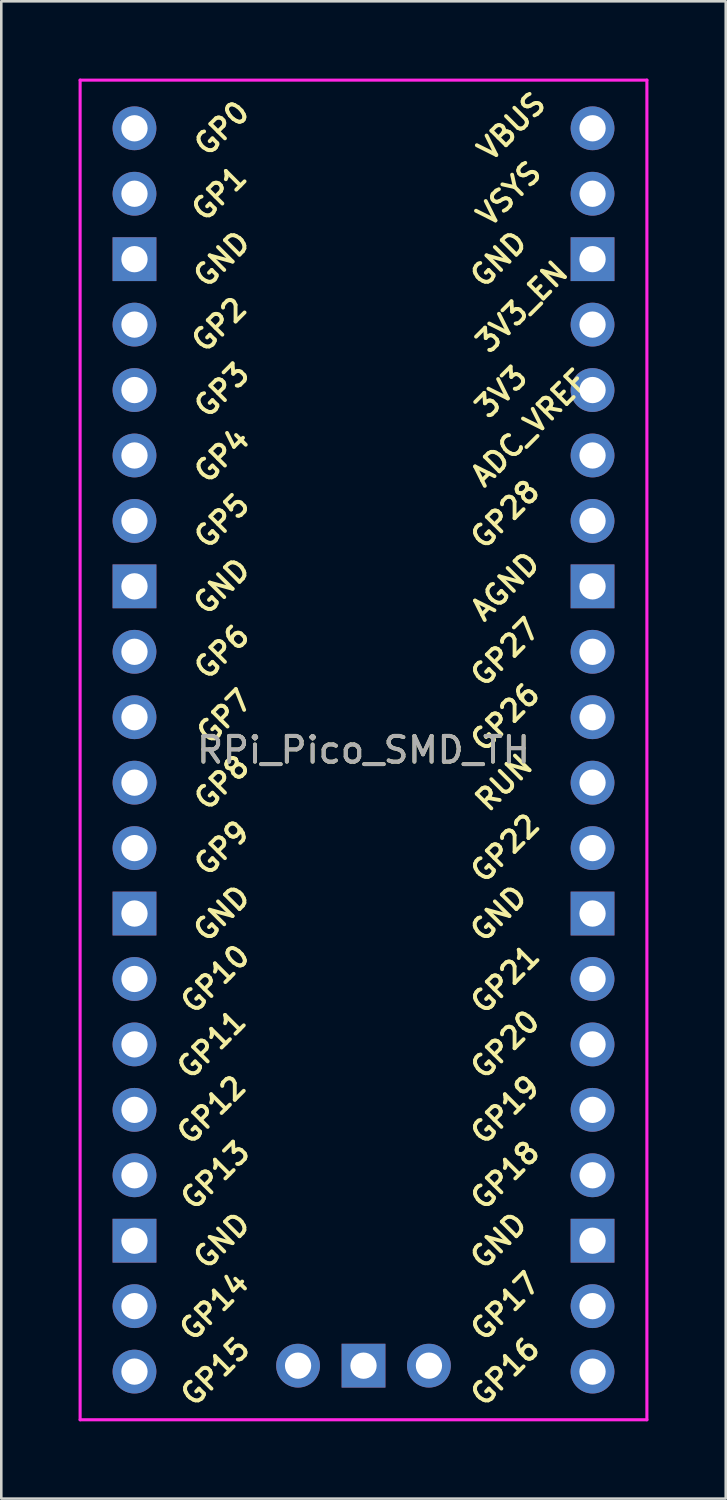
<source format=kicad_pcb>
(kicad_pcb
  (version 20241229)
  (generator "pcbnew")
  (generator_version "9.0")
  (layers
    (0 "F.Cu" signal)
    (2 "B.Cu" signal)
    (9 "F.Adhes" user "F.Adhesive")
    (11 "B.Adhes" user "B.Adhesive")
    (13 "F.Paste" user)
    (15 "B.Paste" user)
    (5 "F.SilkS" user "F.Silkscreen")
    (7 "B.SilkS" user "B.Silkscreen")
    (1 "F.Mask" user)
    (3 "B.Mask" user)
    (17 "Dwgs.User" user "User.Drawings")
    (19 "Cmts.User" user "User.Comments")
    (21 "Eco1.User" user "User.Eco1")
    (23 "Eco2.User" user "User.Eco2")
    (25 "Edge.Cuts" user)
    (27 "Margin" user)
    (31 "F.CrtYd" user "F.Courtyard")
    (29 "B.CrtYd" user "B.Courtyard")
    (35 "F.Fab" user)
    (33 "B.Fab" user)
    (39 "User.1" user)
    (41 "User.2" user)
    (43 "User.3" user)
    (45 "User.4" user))
  (footprint "RPi_Pico_SMD_TH"
    (layer "F.Cu")
    (at 11.06 26.06)
    (property "Reference" "RPi_Pico_SMD_TH" (at 0 0 0) (layer "F.SilkS") (effects (font (size 1 1) (thickness 0.15))))
    (attr through_hole)
    (fp_line (start -11 -26) (end -11 26) (stroke (width 0.12) (type solid)) (layer "F.CrtYd"))
    (fp_line (start -11 -26) (end 11 -26) (stroke (width 0.12) (type solid)) (layer "F.CrtYd"))
    (fp_line (start -11 26) (end 11 26) (stroke (width 0.12) (type solid)) (layer "F.CrtYd"))
    (fp_line (start 11 -26) (end 11 26) (stroke (width 0.12) (type solid)) (layer "F.CrtYd"))
    (fp_text user "GP26" (at 5.5 -1.27 45) (layer "F.SilkS") (effects (font (size 0.8 0.8) (thickness 0.15))))
    (fp_text user "GP20" (at 5.5 11.43 45) (layer "F.SilkS") (effects (font (size 0.8 0.8) (thickness 0.15))))
    (fp_text user "3V3" (at 5.346 -13.9 45) (layer "F.SilkS") (effects (font (size 0.8 0.8) (thickness 0.15))))
    (fp_text user "GP12" (at -5.9 13.97 45) (layer "F.SilkS") (effects (font (size 0.8 0.8) (thickness 0.15))))
    (fp_text user "GND" (at -5.5 19.05 45) (layer "F.SilkS") (effects (font (size 0.8 0.8) (thickness 0.15))))
    (fp_text user "AGND" (at 5.5 -6.35 45) (layer "F.SilkS") (effects (font (size 0.8 0.8) (thickness 0.15))))
    (fp_text user "GP7" (at -5.4 -1.3 45) (layer "F.SilkS") (effects (font (size 0.8 0.8) (thickness 0.15))))
    (fp_text user "RUN" (at 5.446 1.27 45) (layer "F.SilkS") (effects (font (size 0.8 0.8) (thickness 0.15))))
    (fp_text user "ADC_VREF" (at 6.446 -12.5 45) (layer "F.SilkS") (effects (font (size 0.8 0.8) (thickness 0.15))))
    (fp_text user "GP17" (at 5.5 21.59 45) (layer "F.SilkS") (effects (font (size 0.8 0.8) (thickness 0.15))))
    (fp_text user "GP14" (at -5.8 21.59 45) (layer "F.SilkS") (effects (font (size 0.8 0.8) (thickness 0.15))))
    (fp_text user "VSYS" (at 5.646 -21.59 45) (layer "F.SilkS") (effects (font (size 0.8 0.8) (thickness 0.15))))
    (fp_text user "GP13" (at -5.754 16.51 45) (layer "F.SilkS") (effects (font (size 0.8 0.8) (thickness 0.15))))
    (fp_text user "GP16" (at 5.5 24.13 45) (layer "F.SilkS") (effects (font (size 0.8 0.8) (thickness 0.15))))
    (fp_text user "GP22" (at 5.5 3.81 45) (layer "F.SilkS") (effects (font (size 0.8 0.8) (thickness 0.15))))
    (fp_text user "GP6" (at -5.5 -3.81 45) (layer "F.SilkS") (effects (font (size 0.8 0.8) (thickness 0.15))))
    (fp_text user "GP27" (at 5.5 -3.8 45) (layer "F.SilkS") (effects (font (size 0.8 0.8) (thickness 0.15))))
    (fp_text user "GP5" (at -5.5 -8.89 45) (layer "F.SilkS") (effects (font (size 0.8 0.8) (thickness 0.15))))
    (fp_text user "3V3_EN" (at 6.146 -17.2 45) (layer "F.SilkS") (effects (font (size 0.8 0.8) (thickness 0.15))))
    (fp_text user "GND" (at -5.5 6.35 45) (layer "F.SilkS") (effects (font (size 0.8 0.8) (thickness 0.15))))
    (fp_text user "GP15" (at -5.754 24.13 45) (layer "F.SilkS") (effects (font (size 0.8 0.8) (thickness 0.15))))
    (fp_text user "GP28" (at 5.5 -9.144 45) (layer "F.SilkS") (effects (font (size 0.8 0.8) (thickness 0.15))))
    (fp_text user "GP19" (at 5.5 13.97 45) (layer "F.SilkS") (effects (font (size 0.8 0.8) (thickness 0.15))))
    (fp_text user "GP18" (at 5.5 16.51 45) (layer "F.SilkS") (effects (font (size 0.8 0.8) (thickness 0.15))))
    (fp_text user "GND" (at 5.246 6.35 45) (layer "F.SilkS") (effects (font (size 0.8 0.8) (thickness 0.15))))
    (fp_text user "GP8" (at -5.5 1.27 45) (layer "F.SilkS") (effects (font (size 0.8 0.8) (thickness 0.15))))
    (fp_text user "GP4" (at -5.5 -11.43 45) (layer "F.SilkS") (effects (font (size 0.8 0.8) (thickness 0.15))))
    (fp_text user "GP10" (at -5.754 8.89 45) (layer "F.SilkS") (effects (font (size 0.8 0.8) (thickness 0.15))))
    (fp_text user "GP11" (at -5.9 11.43 45) (layer "F.SilkS") (effects (font (size 0.8 0.8) (thickness 0.15))))
    (fp_text user "GND" (at 5.246 19.05 45) (layer "F.SilkS") (effects (font (size 0.8 0.8) (thickness 0.15))))
    (fp_text user "GP1" (at -5.6 -21.6 45) (layer "F.SilkS") (effects (font (size 0.8 0.8) (thickness 0.15))))
    (fp_text user "GP3" (at -5.5 -13.97 45) (layer "F.SilkS") (effects (font (size 0.8 0.8) (thickness 0.15))))
    (fp_text user "GP21" (at 5.5 8.9 45) (layer "F.SilkS") (effects (font (size 0.8 0.8) (thickness 0.15))))
    (fp_text user "GND" (at -5.5 -6.35 45) (layer "F.SilkS") (effects (font (size 0.8 0.8) (thickness 0.15))))
    (fp_text user "GP0" (at -5.5 -24.13 45) (layer "F.SilkS") (effects (font (size 0.8 0.8) (thickness 0.15))))
    (fp_text user "GND" (at -5.5 -19.05 45) (layer "F.SilkS") (effects (font (size 0.8 0.8) (thickness 0.15))))
    (fp_text user "VBUS" (at 5.746 -24.2 45) (layer "F.SilkS") (effects (font (size 0.8 0.8) (thickness 0.15))))
    (fp_text user "GND" (at 5.246 -19.05 45) (layer "F.SilkS") (effects (font (size 0.8 0.8) (thickness 0.15))))
    (fp_text user "GP9" (at -5.5 3.81 45) (layer "F.SilkS") (effects (font (size 0.8 0.8) (thickness 0.15))))
    (fp_text user "GP2" (at -5.6 -16.51 45) (layer "F.SilkS") (effects (font (size 0.8 0.8) (thickness 0.15))))
    (fp_text user "${REFERENCE}" (at 0 0 180) (layer "F.Fab") (effects (font (size 1 1) (thickness 0.15))))
    (pad "1" thru_hole oval (at -8.89 -24.13) (size 1.7 1.7) (drill 1.02) (layers "*.Cu" "*.Mask"))
    (pad "2" thru_hole oval (at -8.89 -21.59) (size 1.7 1.7) (drill 1.02) (layers "*.Cu" "*.Mask"))
    (pad "3" thru_hole rect (at -8.89 -19.05) (size 1.7 1.7) (drill 1.02) (layers "*.Cu" "*.Mask"))
    (pad "4" thru_hole oval (at -8.89 -16.51) (size 1.7 1.7) (drill 1.02) (layers "*.Cu" "*.Mask"))
    (pad "5" thru_hole oval (at -8.89 -13.97) (size 1.7 1.7) (drill 1.02) (layers "*.Cu" "*.Mask"))
    (pad "6" thru_hole oval (at -8.89 -11.43) (size 1.7 1.7) (drill 1.02) (layers "*.Cu" "*.Mask"))
    (pad "7" thru_hole oval (at -8.89 -8.89) (size 1.7 1.7) (drill 1.02) (layers "*.Cu" "*.Mask"))
    (pad "8" thru_hole rect (at -8.89 -6.35) (size 1.7 1.7) (drill 1.02) (layers "*.Cu" "*.Mask"))
    (pad "9" thru_hole oval (at -8.89 -3.81) (size 1.7 1.7) (drill 1.02) (layers "*.Cu" "*.Mask"))
    (pad "10" thru_hole oval (at -8.89 -1.27) (size 1.7 1.7) (drill 1.02) (layers "*.Cu" "*.Mask"))
    (pad "11" thru_hole oval (at -8.89 1.27) (size 1.7 1.7) (drill 1.02) (layers "*.Cu" "*.Mask"))
    (pad "12" thru_hole oval (at -8.89 3.81) (size 1.7 1.7) (drill 1.02) (layers "*.Cu" "*.Mask"))
    (pad "13" thru_hole rect (at -8.89 6.35) (size 1.7 1.7) (drill 1.02) (layers "*.Cu" "*.Mask"))
    (pad "14" thru_hole oval (at -8.89 8.89) (size 1.7 1.7) (drill 1.02) (layers "*.Cu" "*.Mask"))
    (pad "15" thru_hole oval (at -8.89 11.43) (size 1.7 1.7) (drill 1.02) (layers "*.Cu" "*.Mask"))
    (pad "16" thru_hole oval (at -8.89 13.97) (size 1.7 1.7) (drill 1.02) (layers "*.Cu" "*.Mask"))
    (pad "17" thru_hole oval (at -8.89 16.51) (size 1.7 1.7) (drill 1.02) (layers "*.Cu" "*.Mask"))
    (pad "18" thru_hole rect (at -8.89 19.05) (size 1.7 1.7) (drill 1.02) (layers "*.Cu" "*.Mask"))
    (pad "19" thru_hole oval (at -8.89 21.59) (size 1.7 1.7) (drill 1.02) (layers "*.Cu" "*.Mask"))
    (pad "20" thru_hole oval (at -8.89 24.13) (size 1.7 1.7) (drill 1.02) (layers "*.Cu" "*.Mask"))
    (pad "21" thru_hole oval (at 8.89 24.13) (size 1.7 1.7) (drill 1.02) (layers "*.Cu" "*.Mask"))
    (pad "22" thru_hole oval (at 8.89 21.59) (size 1.7 1.7) (drill 1.02) (layers "*.Cu" "*.Mask"))
    (pad "23" thru_hole rect (at 8.89 19.05) (size 1.7 1.7) (drill 1.02) (layers "*.Cu" "*.Mask"))
    (pad "24" thru_hole oval (at 8.89 16.51) (size 1.7 1.7) (drill 1.02) (layers "*.Cu" "*.Mask"))
    (pad "25" thru_hole oval (at 8.89 13.97) (size 1.7 1.7) (drill 1.02) (layers "*.Cu" "*.Mask"))
    (pad "26" thru_hole oval (at 8.89 11.43) (size 1.7 1.7) (drill 1.02) (layers "*.Cu" "*.Mask"))
    (pad "27" thru_hole oval (at 8.89 8.89) (size 1.7 1.7) (drill 1.02) (layers "*.Cu" "*.Mask"))
    (pad "28" thru_hole rect (at 8.89 6.35) (size 1.7 1.7) (drill 1.02) (layers "*.Cu" "*.Mask"))
    (pad "29" thru_hole oval (at 8.89 3.81) (size 1.7 1.7) (drill 1.02) (layers "*.Cu" "*.Mask"))
    (pad "30" thru_hole oval (at 8.89 1.27) (size 1.7 1.7) (drill 1.02) (layers "*.Cu" "*.Mask"))
    (pad "31" thru_hole oval (at 8.89 -1.27) (size 1.7 1.7) (drill 1.02) (layers "*.Cu" "*.Mask"))
    (pad "32" thru_hole oval (at 8.89 -3.81) (size 1.7 1.7) (drill 1.02) (layers "*.Cu" "*.Mask"))
    (pad "33" thru_hole rect (at 8.89 -6.35) (size 1.7 1.7) (drill 1.02) (layers "*.Cu" "*.Mask"))
    (pad "34" thru_hole oval (at 8.89 -8.89) (size 1.7 1.7) (drill 1.02) (layers "*.Cu" "*.Mask"))
    (pad "35" thru_hole oval (at 8.89 -11.43) (size 1.7 1.7) (drill 1.02) (layers "*.Cu" "*.Mask"))
    (pad "36" thru_hole oval (at 8.89 -13.97) (size 1.7 1.7) (drill 1.02) (layers "*.Cu" "*.Mask"))
    (pad "37" thru_hole oval (at 8.89 -16.51) (size 1.7 1.7) (drill 1.02) (layers "*.Cu" "*.Mask"))
    (pad "38" thru_hole rect (at 8.89 -19.05) (size 1.7 1.7) (drill 1.02) (layers "*.Cu" "*.Mask"))
    (pad "39" thru_hole oval (at 8.89 -21.59) (size 1.7 1.7) (drill 1.02) (layers "*.Cu" "*.Mask"))
    (pad "40" thru_hole oval (at 8.89 -24.13) (size 1.7 1.7) (drill 1.02) (layers "*.Cu" "*.Mask"))
    (pad "41" thru_hole oval (at -2.54 23.9) (size 1.7 1.7) (drill 1.02) (layers "*.Cu" "*.Mask"))
    (pad "42" thru_hole rect (at 0 23.9) (size 1.7 1.7) (drill 1.02) (layers "*.Cu" "*.Mask"))
    (pad "43" thru_hole oval (at 2.54 23.9) (size 1.7 1.7) (drill 1.02) (layers "*.Cu" "*.Mask")))
  (gr_rect
    (start -3 -3)
    (end 25.12 55.12)
    (stroke (width 0.1) (type default))
    (fill no)
    (layer "Edge.Cuts")))
</source>
